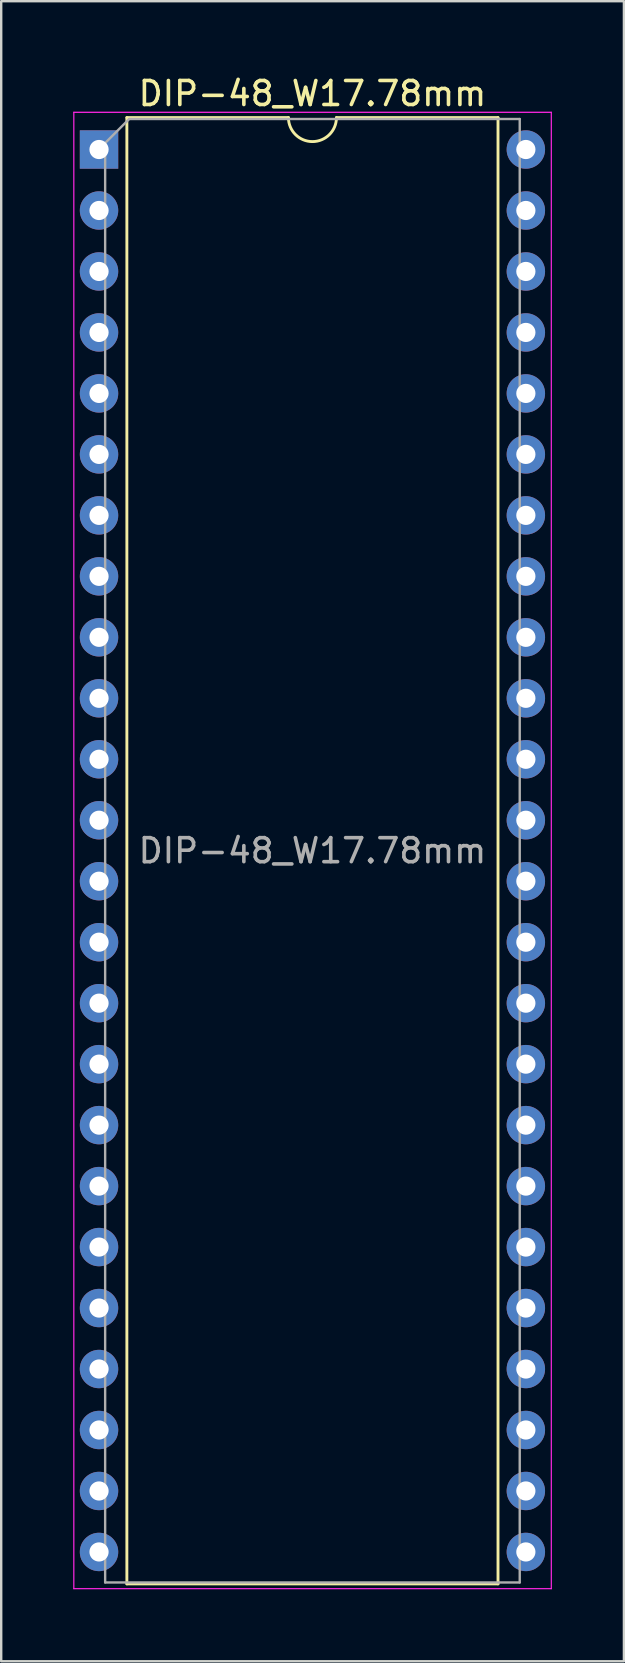
<source format=kicad_pcb>
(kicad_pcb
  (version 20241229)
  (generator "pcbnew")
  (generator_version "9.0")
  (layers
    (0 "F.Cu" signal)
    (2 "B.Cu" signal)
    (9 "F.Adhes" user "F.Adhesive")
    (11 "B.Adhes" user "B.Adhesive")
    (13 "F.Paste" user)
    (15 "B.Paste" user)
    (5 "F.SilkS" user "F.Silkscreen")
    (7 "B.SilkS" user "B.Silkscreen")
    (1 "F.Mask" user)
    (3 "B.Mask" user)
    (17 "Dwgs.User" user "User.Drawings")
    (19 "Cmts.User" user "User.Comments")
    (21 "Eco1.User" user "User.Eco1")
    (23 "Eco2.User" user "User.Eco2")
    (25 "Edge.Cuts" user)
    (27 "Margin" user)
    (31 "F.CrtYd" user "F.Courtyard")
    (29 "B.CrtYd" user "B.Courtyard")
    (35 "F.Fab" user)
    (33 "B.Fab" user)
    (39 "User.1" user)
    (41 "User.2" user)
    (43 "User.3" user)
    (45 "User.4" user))
  (footprint "DIP-48_W17.78mm"
    (layer "F.Cu")
    (at 1.075 3.178)
    (property "Reference" "DIP-48_W17.78mm" (at 8.89 -2.33 0) (layer "F.SilkS") (effects (font (size 1 1) (thickness 0.15))))
    (attr through_hole)
    (fp_line (start 1.16 -1.33) (end 1.16 59.75) (stroke (width 0.12) (type solid)) (layer "F.SilkS"))
    (fp_line (start 1.16 59.75) (end 16.62 59.75) (stroke (width 0.12) (type solid)) (layer "F.SilkS"))
    (fp_line (start 7.89 -1.33) (end 1.16 -1.33) (stroke (width 0.12) (type solid)) (layer "F.SilkS"))
    (fp_line (start 16.62 -1.33) (end 9.89 -1.33) (stroke (width 0.12) (type solid)) (layer "F.SilkS"))
    (fp_line (start 16.62 59.75) (end 16.62 -1.33) (stroke (width 0.12) (type solid)) (layer "F.SilkS"))
    (fp_arc (start 9.89 -1.33) (mid 8.89 -0.33) (end 7.89 -1.33) (stroke (width 0.12) (type solid)) (layer "F.SilkS"))
    (fp_line (start -1.05 -1.55) (end -1.05 59.95) (stroke (width 0.05) (type solid)) (layer "F.CrtYd"))
    (fp_line (start -1.05 59.95) (end 18.84 59.95) (stroke (width 0.05) (type solid)) (layer "F.CrtYd"))
    (fp_line (start 18.84 -1.55) (end -1.05 -1.55) (stroke (width 0.05) (type solid)) (layer "F.CrtYd"))
    (fp_line (start 18.84 59.95) (end 18.84 -1.55) (stroke (width 0.05) (type solid)) (layer "F.CrtYd"))
    (fp_line (start 0.255 -0.27) (end 1.255 -1.27) (stroke (width 0.1) (type solid)) (layer "F.Fab"))
    (fp_line (start 0.255 59.69) (end 0.255 -0.27) (stroke (width 0.1) (type solid)) (layer "F.Fab"))
    (fp_line (start 1.255 -1.27) (end 17.525 -1.27) (stroke (width 0.1) (type solid)) (layer "F.Fab"))
    (fp_line (start 17.525 -1.27) (end 17.525 59.69) (stroke (width 0.1) (type solid)) (layer "F.Fab"))
    (fp_line (start 17.525 59.69) (end 0.255 59.69) (stroke (width 0.1) (type solid)) (layer "F.Fab"))
    (fp_text user "${REFERENCE}" (at 8.89 29.21 0) (layer "F.Fab") (effects (font (size 1 1) (thickness 0.15))))
    (pad "1" thru_hole rect (at 0 0) (size 1.6 1.6) (drill 0.8) (layers "*.Cu" "*.Mask"))
    (pad "2" thru_hole oval (at 0 2.54) (size 1.6 1.6) (drill 0.8) (layers "*.Cu" "*.Mask"))
    (pad "3" thru_hole oval (at 0 5.08) (size 1.6 1.6) (drill 0.8) (layers "*.Cu" "*.Mask"))
    (pad "4" thru_hole oval (at 0 7.62) (size 1.6 1.6) (drill 0.8) (layers "*.Cu" "*.Mask"))
    (pad "5" thru_hole oval (at 0 10.16) (size 1.6 1.6) (drill 0.8) (layers "*.Cu" "*.Mask"))
    (pad "6" thru_hole oval (at 0 12.7) (size 1.6 1.6) (drill 0.8) (layers "*.Cu" "*.Mask"))
    (pad "7" thru_hole oval (at 0 15.24) (size 1.6 1.6) (drill 0.8) (layers "*.Cu" "*.Mask"))
    (pad "8" thru_hole oval (at 0 17.78) (size 1.6 1.6) (drill 0.8) (layers "*.Cu" "*.Mask"))
    (pad "9" thru_hole oval (at 0 20.32) (size 1.6 1.6) (drill 0.8) (layers "*.Cu" "*.Mask"))
    (pad "10" thru_hole oval (at 0 22.86) (size 1.6 1.6) (drill 0.8) (layers "*.Cu" "*.Mask"))
    (pad "11" thru_hole oval (at 0 25.4) (size 1.6 1.6) (drill 0.8) (layers "*.Cu" "*.Mask"))
    (pad "12" thru_hole oval (at 0 27.94) (size 1.6 1.6) (drill 0.8) (layers "*.Cu" "*.Mask"))
    (pad "13" thru_hole oval (at 0 30.48) (size 1.6 1.6) (drill 0.8) (layers "*.Cu" "*.Mask"))
    (pad "14" thru_hole oval (at 0 33.02) (size 1.6 1.6) (drill 0.8) (layers "*.Cu" "*.Mask"))
    (pad "15" thru_hole oval (at 0 35.56) (size 1.6 1.6) (drill 0.8) (layers "*.Cu" "*.Mask"))
    (pad "16" thru_hole oval (at 0 38.1) (size 1.6 1.6) (drill 0.8) (layers "*.Cu" "*.Mask"))
    (pad "17" thru_hole oval (at 0 40.64) (size 1.6 1.6) (drill 0.8) (layers "*.Cu" "*.Mask"))
    (pad "18" thru_hole oval (at 0 43.18) (size 1.6 1.6) (drill 0.8) (layers "*.Cu" "*.Mask"))
    (pad "19" thru_hole oval (at 0 45.72) (size 1.6 1.6) (drill 0.8) (layers "*.Cu" "*.Mask"))
    (pad "20" thru_hole oval (at 0 48.26) (size 1.6 1.6) (drill 0.8) (layers "*.Cu" "*.Mask"))
    (pad "21" thru_hole oval (at 0 50.8) (size 1.6 1.6) (drill 0.8) (layers "*.Cu" "*.Mask"))
    (pad "22" thru_hole oval (at 0 53.34) (size 1.6 1.6) (drill 0.8) (layers "*.Cu" "*.Mask"))
    (pad "23" thru_hole oval (at 0 55.88) (size 1.6 1.6) (drill 0.8) (layers "*.Cu" "*.Mask"))
    (pad "24" thru_hole oval (at 0 58.42) (size 1.6 1.6) (drill 0.8) (layers "*.Cu" "*.Mask"))
    (pad "25" thru_hole oval (at 17.78 58.42) (size 1.6 1.6) (drill 0.8) (layers "*.Cu" "*.Mask"))
    (pad "26" thru_hole oval (at 17.78 55.88) (size 1.6 1.6) (drill 0.8) (layers "*.Cu" "*.Mask"))
    (pad "27" thru_hole oval (at 17.78 53.34) (size 1.6 1.6) (drill 0.8) (layers "*.Cu" "*.Mask"))
    (pad "28" thru_hole oval (at 17.78 50.8) (size 1.6 1.6) (drill 0.8) (layers "*.Cu" "*.Mask"))
    (pad "29" thru_hole oval (at 17.78 48.26) (size 1.6 1.6) (drill 0.8) (layers "*.Cu" "*.Mask"))
    (pad "30" thru_hole oval (at 17.78 45.72) (size 1.6 1.6) (drill 0.8) (layers "*.Cu" "*.Mask"))
    (pad "31" thru_hole oval (at 17.78 43.18) (size 1.6 1.6) (drill 0.8) (layers "*.Cu" "*.Mask"))
    (pad "32" thru_hole oval (at 17.78 40.64) (size 1.6 1.6) (drill 0.8) (layers "*.Cu" "*.Mask"))
    (pad "33" thru_hole oval (at 17.78 38.1) (size 1.6 1.6) (drill 0.8) (layers "*.Cu" "*.Mask"))
    (pad "34" thru_hole oval (at 17.78 35.56) (size 1.6 1.6) (drill 0.8) (layers "*.Cu" "*.Mask"))
    (pad "35" thru_hole oval (at 17.78 33.02) (size 1.6 1.6) (drill 0.8) (layers "*.Cu" "*.Mask"))
    (pad "36" thru_hole oval (at 17.78 30.48) (size 1.6 1.6) (drill 0.8) (layers "*.Cu" "*.Mask"))
    (pad "37" thru_hole oval (at 17.78 27.94) (size 1.6 1.6) (drill 0.8) (layers "*.Cu" "*.Mask"))
    (pad "38" thru_hole oval (at 17.78 25.4) (size 1.6 1.6) (drill 0.8) (layers "*.Cu" "*.Mask"))
    (pad "39" thru_hole oval (at 17.78 22.86) (size 1.6 1.6) (drill 0.8) (layers "*.Cu" "*.Mask"))
    (pad "40" thru_hole oval (at 17.78 20.32) (size 1.6 1.6) (drill 0.8) (layers "*.Cu" "*.Mask"))
    (pad "41" thru_hole oval (at 17.78 17.78) (size 1.6 1.6) (drill 0.8) (layers "*.Cu" "*.Mask"))
    (pad "42" thru_hole oval (at 17.78 15.24) (size 1.6 1.6) (drill 0.8) (layers "*.Cu" "*.Mask"))
    (pad "43" thru_hole oval (at 17.78 12.7) (size 1.6 1.6) (drill 0.8) (layers "*.Cu" "*.Mask"))
    (pad "44" thru_hole oval (at 17.78 10.16) (size 1.6 1.6) (drill 0.8) (layers "*.Cu" "*.Mask"))
    (pad "45" thru_hole oval (at 17.78 7.62) (size 1.6 1.6) (drill 0.8) (layers "*.Cu" "*.Mask"))
    (pad "46" thru_hole oval (at 17.78 5.08) (size 1.6 1.6) (drill 0.8) (layers "*.Cu" "*.Mask"))
    (pad "47" thru_hole oval (at 17.78 2.54) (size 1.6 1.6) (drill 0.8) (layers "*.Cu" "*.Mask"))
    (pad "48" thru_hole oval (at 17.78 0) (size 1.6 1.6) (drill 0.8) (layers "*.Cu" "*.Mask")))
  (gr_rect
    (start -3 -3)
    (end 22.94 66.153)
    (stroke (width 0.1) (type default))
    (fill no)
    (layer "Edge.Cuts")))
</source>
